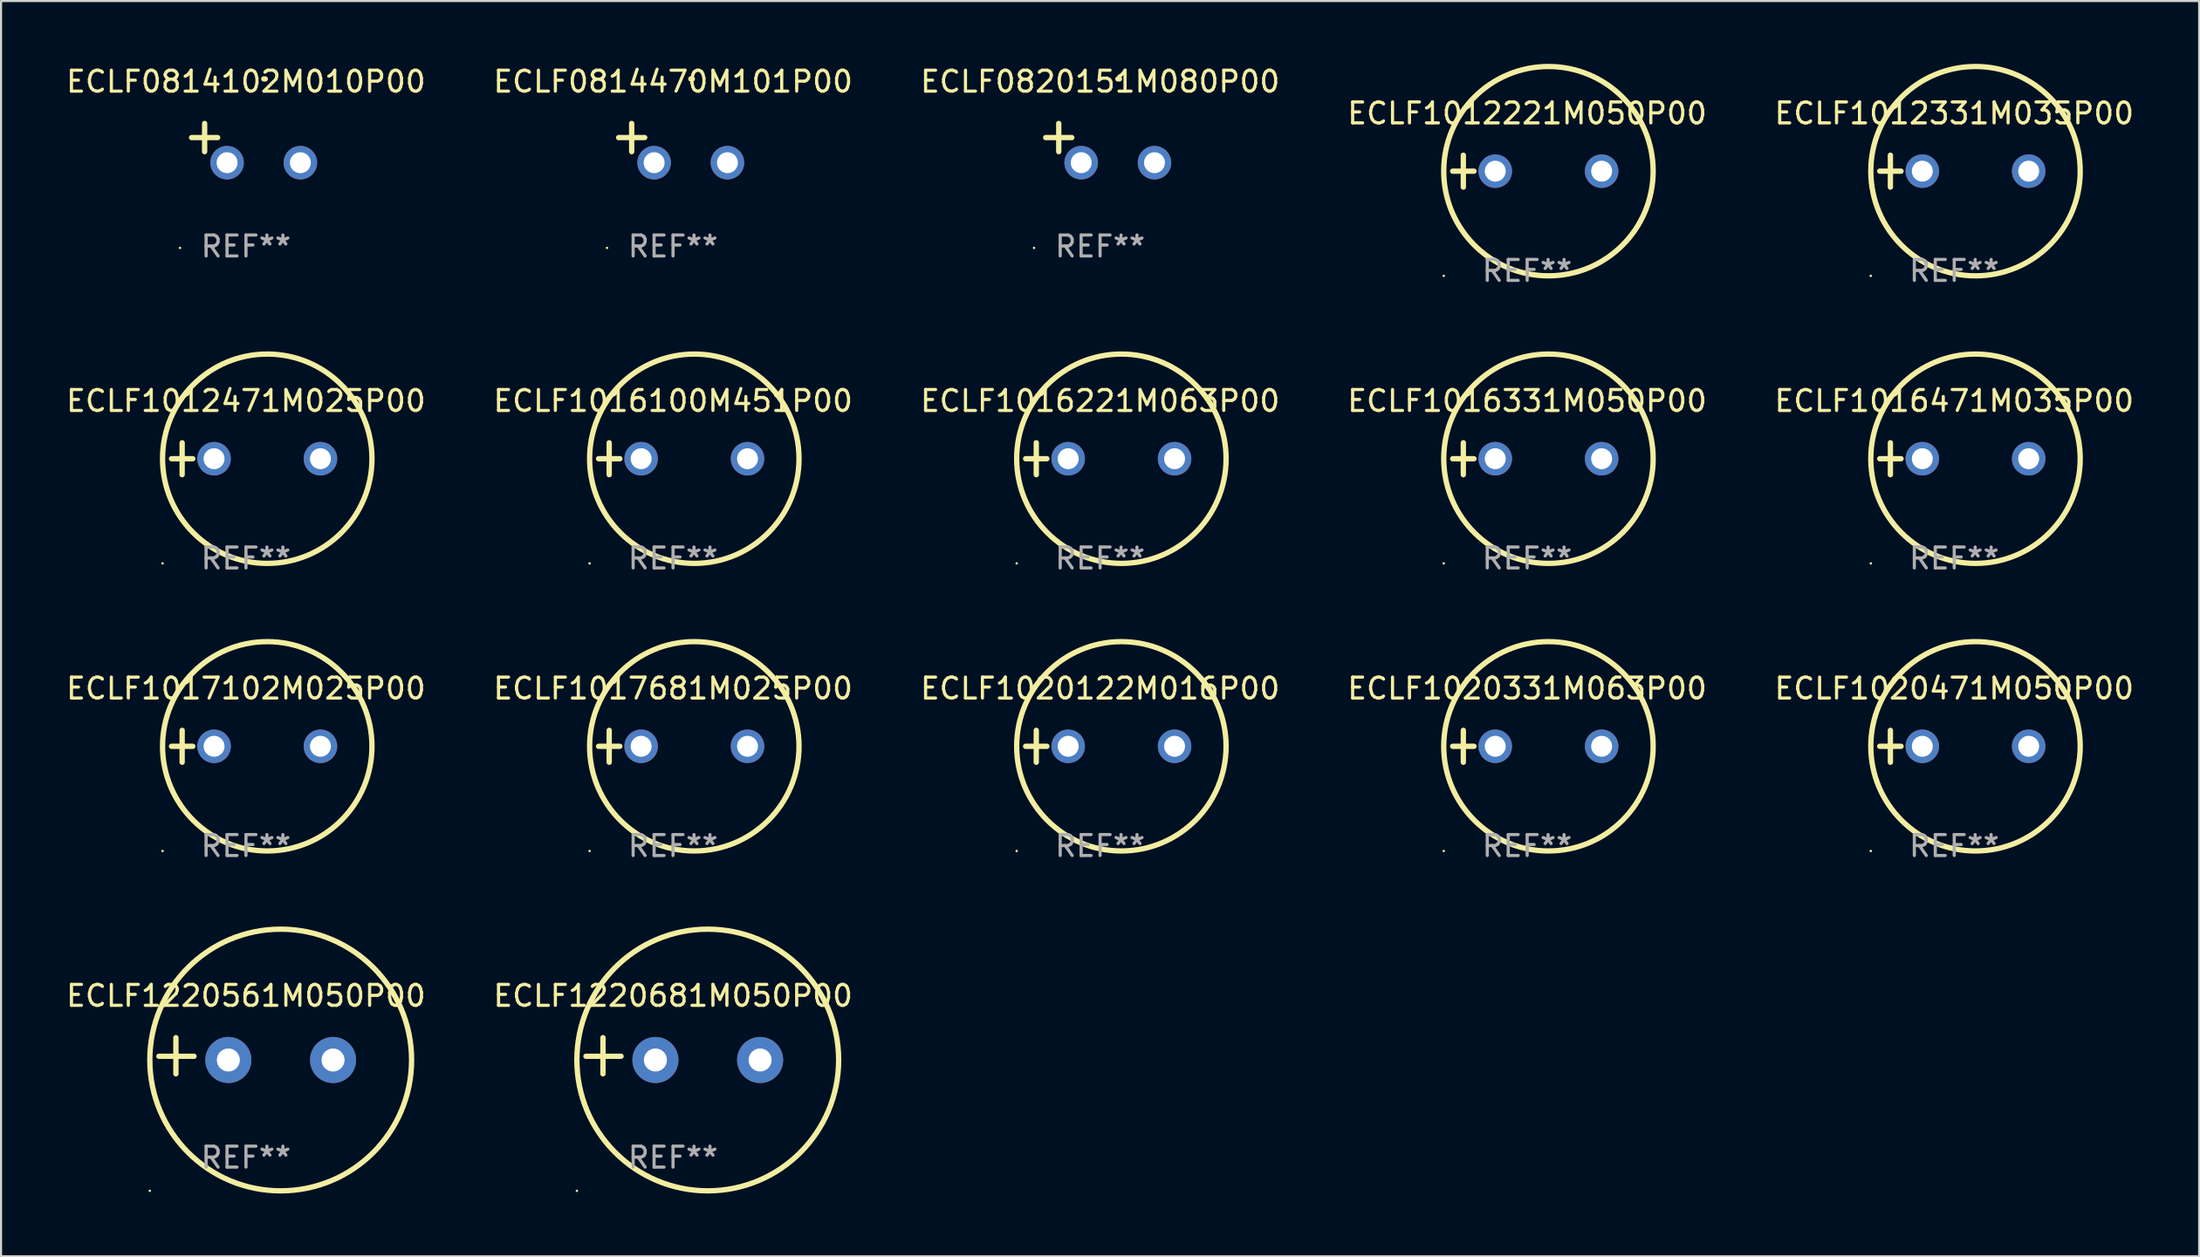
<source format=kicad_pcb>
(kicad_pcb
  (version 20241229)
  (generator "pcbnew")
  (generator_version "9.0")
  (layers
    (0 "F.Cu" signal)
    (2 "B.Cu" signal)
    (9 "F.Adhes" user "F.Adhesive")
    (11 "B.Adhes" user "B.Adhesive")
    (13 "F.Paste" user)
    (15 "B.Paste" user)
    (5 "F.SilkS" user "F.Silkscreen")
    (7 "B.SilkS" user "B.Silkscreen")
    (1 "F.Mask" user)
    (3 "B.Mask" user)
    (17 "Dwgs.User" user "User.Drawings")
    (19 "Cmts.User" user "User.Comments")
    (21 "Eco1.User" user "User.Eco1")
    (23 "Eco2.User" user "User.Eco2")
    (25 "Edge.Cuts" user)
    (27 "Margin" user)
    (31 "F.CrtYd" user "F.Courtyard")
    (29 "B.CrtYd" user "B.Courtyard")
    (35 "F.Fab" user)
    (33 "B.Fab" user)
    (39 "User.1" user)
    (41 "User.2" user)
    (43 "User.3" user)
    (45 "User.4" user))
  (footprint "ECLF0814470M101P00"
    (layer "F.Cu")
    (at 29.089 3.785)
    (property "Reference" "ECLF0814470M101P00" (at 0 -2.937 0) (layer "F.SilkS") (effects (font (size 1 1) (thickness 0.15))))
    (attr through_hole)
    (fp_line (start -1.975 0.41) (end -1.975 -0.937) (stroke (width 0.254) (type solid)) (layer "F.SilkS"))
    (fp_line (start -1.353 -0.263) (end -2.597 -0.263) (stroke (width 0.254) (type solid)) (layer "F.SilkS"))
    (fp_arc (start 0.849809 -3.063957) (mid 0.885369 -3.064114) (end 0.920929 -3.063957) (stroke (width 0.254001) (type solid)) (layer "F.SilkS"))
    (fp_circle (center -3.154 5.008) (end -3.124 5.008) (stroke (width 0.06) (type solid)) (fill no) (layer "F.SilkS"))
    (fp_text user "REF**" (at 0 4.937 0) (layer "F.Fab") (effects (font (size 1 1) (thickness 0.15))))
    (pad "1" thru_hole circle (at -0.903 0.937) (size 1.6 1.6) (drill 1) (layers "*.Cu" "*.Mask"))
    (pad "2" thru_hole circle (at 2.597 0.937) (size 1.6 1.6) (drill 1) (layers "*.Cu" "*.Mask")))
  (footprint "ECLF1020122M016P00"
    (layer "F.Cu")
    (at 49.482 32.602)
    (property "Reference" "ECLF1020122M016P00" (at 0 -2.762 0) (layer "F.SilkS") (effects (font (size 1 1) (thickness 0.15))))
    (attr through_hole)
    (fp_line (start -3.556 0) (end -2.54 0) (stroke (width 0.254) (type solid)) (layer "F.SilkS"))
    (fp_line (start -3.048 -0.762) (end -3.048 0.762) (stroke (width 0.254) (type solid)) (layer "F.SilkS"))
    (fp_circle (center -3.984 5) (end -3.954 5) (stroke (width 0.06) (type solid)) (fill no) (layer "F.SilkS"))
    (fp_circle (center 1.016 0) (end 6.016 0) (stroke (width 0.254) (type solid)) (fill no) (layer "F.SilkS"))
    (fp_text user "REF**" (at 0 4.762 0) (layer "F.Fab") (effects (font (size 1 1) (thickness 0.15))))
    (pad "1" thru_hole circle (at -1.524 0) (size 1.6 1.6) (drill 1) (layers "*.Cu" "*.Mask"))
    (pad "2" thru_hole circle (at 3.556 0) (size 1.6 1.6) (drill 1) (layers "*.Cu" "*.Mask")))
  (footprint "ECLF1012221M050P00"
    (layer "F.Cu")
    (at 69.875 5.127)
    (property "Reference" "ECLF1012221M050P00" (at 0 -2.762 0) (layer "F.SilkS") (effects (font (size 1 1) (thickness 0.15))))
    (attr through_hole)
    (fp_line (start -3.556 0) (end -2.54 0) (stroke (width 0.254) (type solid)) (layer "F.SilkS"))
    (fp_line (start -3.048 -0.762) (end -3.048 0.762) (stroke (width 0.254) (type solid)) (layer "F.SilkS"))
    (fp_circle (center -3.984 5) (end -3.954 5) (stroke (width 0.06) (type solid)) (fill no) (layer "F.SilkS"))
    (fp_circle (center 1.016 0) (end 6.016 0) (stroke (width 0.254) (type solid)) (fill no) (layer "F.SilkS"))
    (fp_text user "REF**" (at 0 4.762 0) (layer "F.Fab") (effects (font (size 1 1) (thickness 0.15))))
    (pad "1" thru_hole circle (at -1.524 0) (size 1.6 1.6) (drill 1) (layers "*.Cu" "*.Mask"))
    (pad "2" thru_hole circle (at 3.556 0) (size 1.6 1.6) (drill 1) (layers "*.Cu" "*.Mask")))
  (footprint "ECLF1020331M063P00"
    (layer "F.Cu")
    (at 69.875 32.602)
    (property "Reference" "ECLF1020331M063P00" (at 0 -2.762 0) (layer "F.SilkS") (effects (font (size 1 1) (thickness 0.15))))
    (attr through_hole)
    (fp_line (start -3.556 0) (end -2.54 0) (stroke (width 0.254) (type solid)) (layer "F.SilkS"))
    (fp_line (start -3.048 -0.762) (end -3.048 0.762) (stroke (width 0.254) (type solid)) (layer "F.SilkS"))
    (fp_circle (center -3.984 5) (end -3.954 5) (stroke (width 0.06) (type solid)) (fill no) (layer "F.SilkS"))
    (fp_circle (center 1.016 0) (end 6.016 0) (stroke (width 0.254) (type solid)) (fill no) (layer "F.SilkS"))
    (fp_text user "REF**" (at 0 4.762 0) (layer "F.Fab") (effects (font (size 1 1) (thickness 0.15))))
    (pad "1" thru_hole circle (at -1.524 0) (size 1.6 1.6) (drill 1) (layers "*.Cu" "*.Mask"))
    (pad "2" thru_hole circle (at 3.556 0) (size 1.6 1.6) (drill 1) (layers "*.Cu" "*.Mask")))
  (footprint "ECLF1017681M025P00"
    (layer "F.Cu")
    (at 29.089 32.602)
    (property "Reference" "ECLF1017681M025P00" (at 0 -2.762 0) (layer "F.SilkS") (effects (font (size 1 1) (thickness 0.15))))
    (attr through_hole)
    (fp_line (start -3.556 0) (end -2.54 0) (stroke (width 0.254) (type solid)) (layer "F.SilkS"))
    (fp_line (start -3.048 -0.762) (end -3.048 0.762) (stroke (width 0.254) (type solid)) (layer "F.SilkS"))
    (fp_circle (center -3.984 5) (end -3.954 5) (stroke (width 0.06) (type solid)) (fill no) (layer "F.SilkS"))
    (fp_circle (center 1.016 0) (end 6.016 0) (stroke (width 0.254) (type solid)) (fill no) (layer "F.SilkS"))
    (fp_text user "REF**" (at 0 4.762 0) (layer "F.Fab") (effects (font (size 1 1) (thickness 0.15))))
    (pad "1" thru_hole circle (at -1.524 0) (size 1.6 1.6) (drill 1) (layers "*.Cu" "*.Mask"))
    (pad "2" thru_hole circle (at 3.556 0) (size 1.6 1.6) (drill 1) (layers "*.Cu" "*.Mask")))
  (footprint "ECLF1016100M451P00"
    (layer "F.Cu")
    (at 29.089 18.864)
    (property "Reference" "ECLF1016100M451P00" (at 0 -2.762 0) (layer "F.SilkS") (effects (font (size 1 1) (thickness 0.15))))
    (attr through_hole)
    (fp_line (start -3.556 0) (end -2.54 0) (stroke (width 0.254) (type solid)) (layer "F.SilkS"))
    (fp_line (start -3.048 -0.762) (end -3.048 0.762) (stroke (width 0.254) (type solid)) (layer "F.SilkS"))
    (fp_circle (center -3.984 5) (end -3.954 5) (stroke (width 0.06) (type solid)) (fill no) (layer "F.SilkS"))
    (fp_circle (center 1.016 0) (end 6.016 0) (stroke (width 0.254) (type solid)) (fill no) (layer "F.SilkS"))
    (fp_text user "REF**" (at 0 4.762 0) (layer "F.Fab") (effects (font (size 1 1) (thickness 0.15))))
    (pad "1" thru_hole circle (at -1.524 0) (size 1.6 1.6) (drill 1) (layers "*.Cu" "*.Mask"))
    (pad "2" thru_hole circle (at 3.556 0) (size 1.6 1.6) (drill 1) (layers "*.Cu" "*.Mask")))
  (footprint "ECLF1220681M050P00"
    (layer "F.Cu")
    (at 29.089 47.385)
    (property "Reference" "ECLF1220681M050P00" (at 0 -2.864 0) (layer "F.SilkS") (effects (font (size 1 1) (thickness 0.15))))
    (attr through_hole)
    (fp_line (start -3.346 0.864) (end -3.346 -0.864) (stroke (width 0.254) (type solid)) (layer "F.SilkS"))
    (fp_line (start -2.482 0.025) (end -4.158 0.025) (stroke (width 0.254) (type solid)) (layer "F.SilkS"))
    (fp_circle (center -4.592 6.453) (end -4.562 6.453) (stroke (width 0.06) (type solid)) (fill no) (layer "F.SilkS"))
    (fp_circle (center 1.658 0.203) (end 7.908 0.203) (stroke (width 0.254) (type solid)) (fill no) (layer "F.SilkS"))
    (fp_text user "REF**" (at 0 4.864 0) (layer "F.Fab") (effects (font (size 1 1) (thickness 0.15))))
    (pad "1" thru_hole circle (at -0.842 0.203) (size 2.2 2.2) (drill 1.1) (layers "*.Cu" "*.Mask"))
    (pad "2" thru_hole circle (at 4.158 0.203) (size 2.2 2.2) (drill 1.1) (layers "*.Cu" "*.Mask")))
  (footprint "ECLF1012331M035P00"
    (layer "F.Cu")
    (at 90.268 5.127)
    (property "Reference" "ECLF1012331M035P00" (at 0 -2.762 0) (layer "F.SilkS") (effects (font (size 1 1) (thickness 0.15))))
    (attr through_hole)
    (fp_line (start -3.556 0) (end -2.54 0) (stroke (width 0.254) (type solid)) (layer "F.SilkS"))
    (fp_line (start -3.048 -0.762) (end -3.048 0.762) (stroke (width 0.254) (type solid)) (layer "F.SilkS"))
    (fp_circle (center -3.984 5) (end -3.954 5) (stroke (width 0.06) (type solid)) (fill no) (layer "F.SilkS"))
    (fp_circle (center 1.016 0) (end 6.016 0) (stroke (width 0.254) (type solid)) (fill no) (layer "F.SilkS"))
    (fp_text user "REF**" (at 0 4.762 0) (layer "F.Fab") (effects (font (size 1 1) (thickness 0.15))))
    (pad "1" thru_hole circle (at -1.524 0) (size 1.6 1.6) (drill 1) (layers "*.Cu" "*.Mask"))
    (pad "2" thru_hole circle (at 3.556 0) (size 1.6 1.6) (drill 1) (layers "*.Cu" "*.Mask")))
  (footprint "ECLF1012471M025P00"
    (layer "F.Cu")
    (at 8.696 18.864)
    (property "Reference" "ECLF1012471M025P00" (at 0 -2.762 0) (layer "F.SilkS") (effects (font (size 1 1) (thickness 0.15))))
    (attr through_hole)
    (fp_line (start -3.556 0) (end -2.54 0) (stroke (width 0.254) (type solid)) (layer "F.SilkS"))
    (fp_line (start -3.048 -0.762) (end -3.048 0.762) (stroke (width 0.254) (type solid)) (layer "F.SilkS"))
    (fp_circle (center -3.984 5) (end -3.954 5) (stroke (width 0.06) (type solid)) (fill no) (layer "F.SilkS"))
    (fp_circle (center 1.016 0) (end 6.016 0) (stroke (width 0.254) (type solid)) (fill no) (layer "F.SilkS"))
    (fp_text user "REF**" (at 0 4.762 0) (layer "F.Fab") (effects (font (size 1 1) (thickness 0.15))))
    (pad "1" thru_hole circle (at -1.524 0) (size 1.6 1.6) (drill 1) (layers "*.Cu" "*.Mask"))
    (pad "2" thru_hole circle (at 3.556 0) (size 1.6 1.6) (drill 1) (layers "*.Cu" "*.Mask")))
  (footprint "ECLF0814102M010P00"
    (layer "F.Cu")
    (at 8.696 3.785)
    (property "Reference" "ECLF0814102M010P00" (at 0 -2.937 0) (layer "F.SilkS") (effects (font (size 1 1) (thickness 0.15))))
    (attr through_hole)
    (fp_line (start -1.975 0.41) (end -1.975 -0.937) (stroke (width 0.254) (type solid)) (layer "F.SilkS"))
    (fp_line (start -1.353 -0.263) (end -2.597 -0.263) (stroke (width 0.254) (type solid)) (layer "F.SilkS"))
    (fp_arc (start 0.849809 -3.063957) (mid 0.885369 -3.064114) (end 0.920929 -3.063957) (stroke (width 0.254001) (type solid)) (layer "F.SilkS"))
    (fp_circle (center -3.154 5.008) (end -3.124 5.008) (stroke (width 0.06) (type solid)) (fill no) (layer "F.SilkS"))
    (fp_text user "REF**" (at 0 4.937 0) (layer "F.Fab") (effects (font (size 1 1) (thickness 0.15))))
    (pad "1" thru_hole circle (at -0.903 0.937) (size 1.6 1.6) (drill 1) (layers "*.Cu" "*.Mask"))
    (pad "2" thru_hole circle (at 2.597 0.937) (size 1.6 1.6) (drill 1) (layers "*.Cu" "*.Mask")))
  (footprint "ECLF1016471M035P00"
    (layer "F.Cu")
    (at 90.268 18.864)
    (property "Reference" "ECLF1016471M035P00" (at 0 -2.762 0) (layer "F.SilkS") (effects (font (size 1 1) (thickness 0.15))))
    (attr through_hole)
    (fp_line (start -3.556 0) (end -2.54 0) (stroke (width 0.254) (type solid)) (layer "F.SilkS"))
    (fp_line (start -3.048 -0.762) (end -3.048 0.762) (stroke (width 0.254) (type solid)) (layer "F.SilkS"))
    (fp_circle (center -3.984 5) (end -3.954 5) (stroke (width 0.06) (type solid)) (fill no) (layer "F.SilkS"))
    (fp_circle (center 1.016 0) (end 6.016 0) (stroke (width 0.254) (type solid)) (fill no) (layer "F.SilkS"))
    (fp_text user "REF**" (at 0 4.762 0) (layer "F.Fab") (effects (font (size 1 1) (thickness 0.15))))
    (pad "1" thru_hole circle (at -1.524 0) (size 1.6 1.6) (drill 1) (layers "*.Cu" "*.Mask"))
    (pad "2" thru_hole circle (at 3.556 0) (size 1.6 1.6) (drill 1) (layers "*.Cu" "*.Mask")))
  (footprint "ECLF1016331M050P00"
    (layer "F.Cu")
    (at 69.875 18.864)
    (property "Reference" "ECLF1016331M050P00" (at 0 -2.762 0) (layer "F.SilkS") (effects (font (size 1 1) (thickness 0.15))))
    (attr through_hole)
    (fp_line (start -3.556 0) (end -2.54 0) (stroke (width 0.254) (type solid)) (layer "F.SilkS"))
    (fp_line (start -3.048 -0.762) (end -3.048 0.762) (stroke (width 0.254) (type solid)) (layer "F.SilkS"))
    (fp_circle (center -3.984 5) (end -3.954 5) (stroke (width 0.06) (type solid)) (fill no) (layer "F.SilkS"))
    (fp_circle (center 1.016 0) (end 6.016 0) (stroke (width 0.254) (type solid)) (fill no) (layer "F.SilkS"))
    (fp_text user "REF**" (at 0 4.762 0) (layer "F.Fab") (effects (font (size 1 1) (thickness 0.15))))
    (pad "1" thru_hole circle (at -1.524 0) (size 1.6 1.6) (drill 1) (layers "*.Cu" "*.Mask"))
    (pad "2" thru_hole circle (at 3.556 0) (size 1.6 1.6) (drill 1) (layers "*.Cu" "*.Mask")))
  (footprint "ECLF1016221M063P00"
    (layer "F.Cu")
    (at 49.482 18.864)
    (property "Reference" "ECLF1016221M063P00" (at 0 -2.762 0) (layer "F.SilkS") (effects (font (size 1 1) (thickness 0.15))))
    (attr through_hole)
    (fp_line (start -3.556 0) (end -2.54 0) (stroke (width 0.254) (type solid)) (layer "F.SilkS"))
    (fp_line (start -3.048 -0.762) (end -3.048 0.762) (stroke (width 0.254) (type solid)) (layer "F.SilkS"))
    (fp_circle (center -3.984 5) (end -3.954 5) (stroke (width 0.06) (type solid)) (fill no) (layer "F.SilkS"))
    (fp_circle (center 1.016 0) (end 6.016 0) (stroke (width 0.254) (type solid)) (fill no) (layer "F.SilkS"))
    (fp_text user "REF**" (at 0 4.762 0) (layer "F.Fab") (effects (font (size 1 1) (thickness 0.15))))
    (pad "1" thru_hole circle (at -1.524 0) (size 1.6 1.6) (drill 1) (layers "*.Cu" "*.Mask"))
    (pad "2" thru_hole circle (at 3.556 0) (size 1.6 1.6) (drill 1) (layers "*.Cu" "*.Mask")))
  (footprint "ECLF1220561M050P00"
    (layer "F.Cu")
    (at 8.696 47.385)
    (property "Reference" "ECLF1220561M050P00" (at 0 -2.864 0) (layer "F.SilkS") (effects (font (size 1 1) (thickness 0.15))))
    (attr through_hole)
    (fp_line (start -3.346 0.864) (end -3.346 -0.864) (stroke (width 0.254) (type solid)) (layer "F.SilkS"))
    (fp_line (start -2.482 0.025) (end -4.158 0.025) (stroke (width 0.254) (type solid)) (layer "F.SilkS"))
    (fp_circle (center -4.592 6.453) (end -4.562 6.453) (stroke (width 0.06) (type solid)) (fill no) (layer "F.SilkS"))
    (fp_circle (center 1.658 0.203) (end 7.908 0.203) (stroke (width 0.254) (type solid)) (fill no) (layer "F.SilkS"))
    (fp_text user "REF**" (at 0 4.864 0) (layer "F.Fab") (effects (font (size 1 1) (thickness 0.15))))
    (pad "1" thru_hole circle (at -0.842 0.203) (size 2.2 2.2) (drill 1.1) (layers "*.Cu" "*.Mask"))
    (pad "2" thru_hole circle (at 4.158 0.203) (size 2.2 2.2) (drill 1.1) (layers "*.Cu" "*.Mask")))
  (footprint "ECLF1020471M050P00"
    (layer "F.Cu")
    (at 90.268 32.602)
    (property "Reference" "ECLF1020471M050P00" (at 0 -2.762 0) (layer "F.SilkS") (effects (font (size 1 1) (thickness 0.15))))
    (attr through_hole)
    (fp_line (start -3.556 0) (end -2.54 0) (stroke (width 0.254) (type solid)) (layer "F.SilkS"))
    (fp_line (start -3.048 -0.762) (end -3.048 0.762) (stroke (width 0.254) (type solid)) (layer "F.SilkS"))
    (fp_circle (center -3.984 5) (end -3.954 5) (stroke (width 0.06) (type solid)) (fill no) (layer "F.SilkS"))
    (fp_circle (center 1.016 0) (end 6.016 0) (stroke (width 0.254) (type solid)) (fill no) (layer "F.SilkS"))
    (fp_text user "REF**" (at 0 4.762 0) (layer "F.Fab") (effects (font (size 1 1) (thickness 0.15))))
    (pad "1" thru_hole circle (at -1.524 0) (size 1.6 1.6) (drill 1) (layers "*.Cu" "*.Mask"))
    (pad "2" thru_hole circle (at 3.556 0) (size 1.6 1.6) (drill 1) (layers "*.Cu" "*.Mask")))
  (footprint "ECLF1017102M025P00"
    (layer "F.Cu")
    (at 8.696 32.602)
    (property "Reference" "ECLF1017102M025P00" (at 0 -2.762 0) (layer "F.SilkS") (effects (font (size 1 1) (thickness 0.15))))
    (attr through_hole)
    (fp_line (start -3.556 0) (end -2.54 0) (stroke (width 0.254) (type solid)) (layer "F.SilkS"))
    (fp_line (start -3.048 -0.762) (end -3.048 0.762) (stroke (width 0.254) (type solid)) (layer "F.SilkS"))
    (fp_circle (center -3.984 5) (end -3.954 5) (stroke (width 0.06) (type solid)) (fill no) (layer "F.SilkS"))
    (fp_circle (center 1.016 0) (end 6.016 0) (stroke (width 0.254) (type solid)) (fill no) (layer "F.SilkS"))
    (fp_text user "REF**" (at 0 4.762 0) (layer "F.Fab") (effects (font (size 1 1) (thickness 0.15))))
    (pad "1" thru_hole circle (at -1.524 0) (size 1.6 1.6) (drill 1) (layers "*.Cu" "*.Mask"))
    (pad "2" thru_hole circle (at 3.556 0) (size 1.6 1.6) (drill 1) (layers "*.Cu" "*.Mask")))
  (footprint "ECLF0820151M080P00"
    (layer "F.Cu")
    (at 49.482 3.785)
    (property "Reference" "ECLF0820151M080P00" (at 0 -2.937 0) (layer "F.SilkS") (effects (font (size 1 1) (thickness 0.15))))
    (attr through_hole)
    (fp_line (start -1.975 0.41) (end -1.975 -0.937) (stroke (width 0.254) (type solid)) (layer "F.SilkS"))
    (fp_line (start -1.353 -0.263) (end -2.597 -0.263) (stroke (width 0.254) (type solid)) (layer "F.SilkS"))
    (fp_arc (start 0.849809 -3.063957) (mid 0.885369 -3.064114) (end 0.920929 -3.063957) (stroke (width 0.254001) (type solid)) (layer "F.SilkS"))
    (fp_circle (center -3.154 5.008) (end -3.124 5.008) (stroke (width 0.06) (type solid)) (fill no) (layer "F.SilkS"))
    (fp_text user "REF**" (at 0 4.937 0) (layer "F.Fab") (effects (font (size 1 1) (thickness 0.15))))
    (pad "1" thru_hole circle (at -0.903 0.937) (size 1.6 1.6) (drill 1) (layers "*.Cu" "*.Mask"))
    (pad "2" thru_hole circle (at 2.597 0.937) (size 1.6 1.6) (drill 1) (layers "*.Cu" "*.Mask")))
  (gr_rect
    (start -3 -3)
    (end 101.964 56.966)
    (stroke (width 0.1) (type default))
    (fill no)
    (layer "Edge.Cuts")))
</source>
